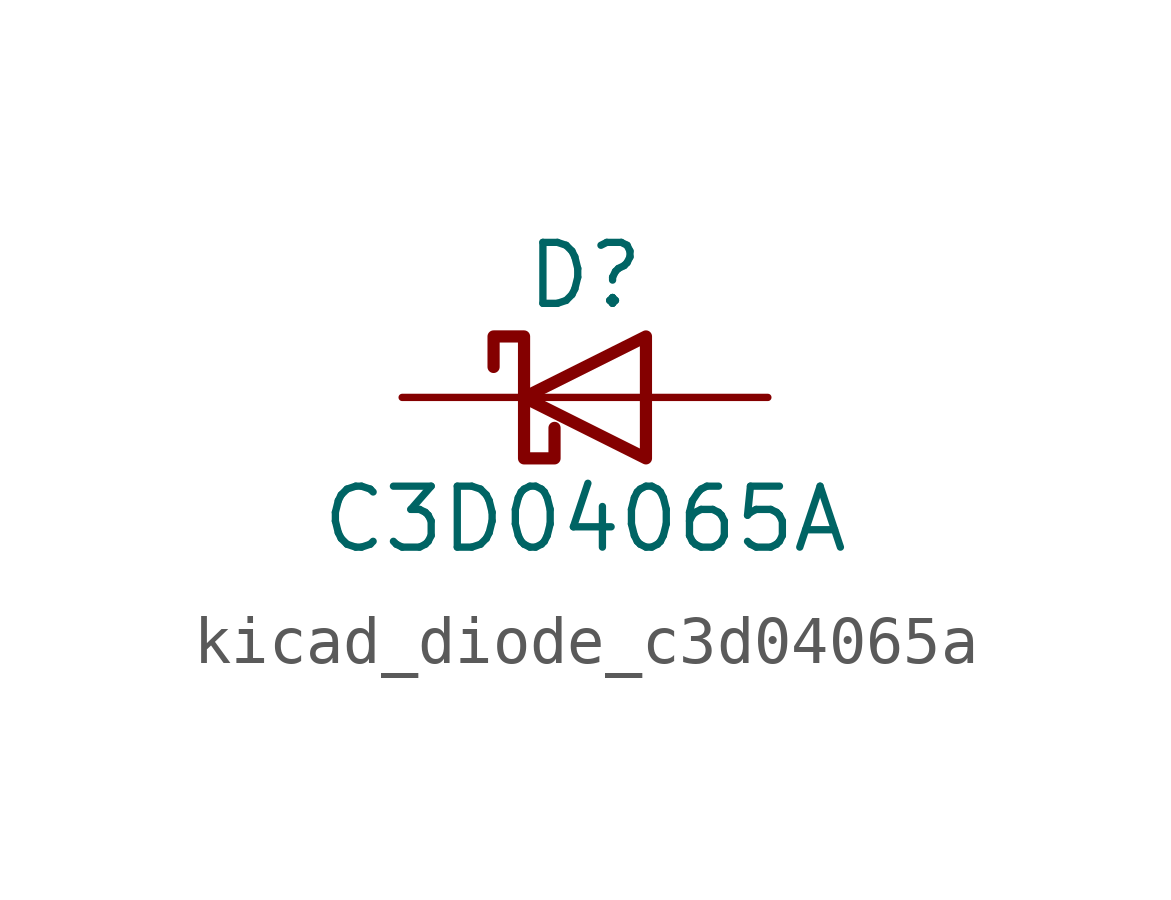
<source format=kicad_sym>
(kicad_symbol_lib
  (version 20220914)
  (generator kicad_symbol_editor)
  (symbol "kicad_diode_c3d04065a"
    (pin_numbers hide)
    (pin_names
      (offset 1.016) hide)
    (property "Reference" "D"
      (at 0 2.54 0)
      (effects (font (size 1.27 1.27))))
    (property "Value" "C3D04065A"
      (at 0 -2.54 0)
      (effects (font (size 1.27 1.27))))
    (symbol "kicad_diode_c3d04065a_0_1"
      (polyline (pts (xy 1.27 0) (xy -1.27 0)) (stroke (width 0) (type default)) (fill (type none)))
      (polyline (pts (xy 1.27 1.27) (xy 1.27 -1.27) (xy -1.27 0) (xy 1.27 1.27)) (stroke (width 0.254) (type default)) (fill (type none)))
      (polyline (pts (xy -1.905 0.635) (xy -1.905 1.27) (xy -1.27 1.27) (xy -1.27 -1.27) (xy -0.635 -1.27) (xy -0.635 -0.635)) (stroke (width 0.254) (type default)) (fill (type none))))
    (symbol "kicad_diode_c3d04065a_1_1"
      (pin passive line (at -3.81 0 0) (length 2.54) (name "K" (effects (font (size 1.27 1.27)))) (number "1" (effects (font (size 1.27 1.27)))))
      (pin passive line (at 3.81 0 180) (length 2.54) (name "A" (effects (font (size 1.27 1.27)))) (number "2" (effects (font (size 1.27 1.27))))))))
</source>
